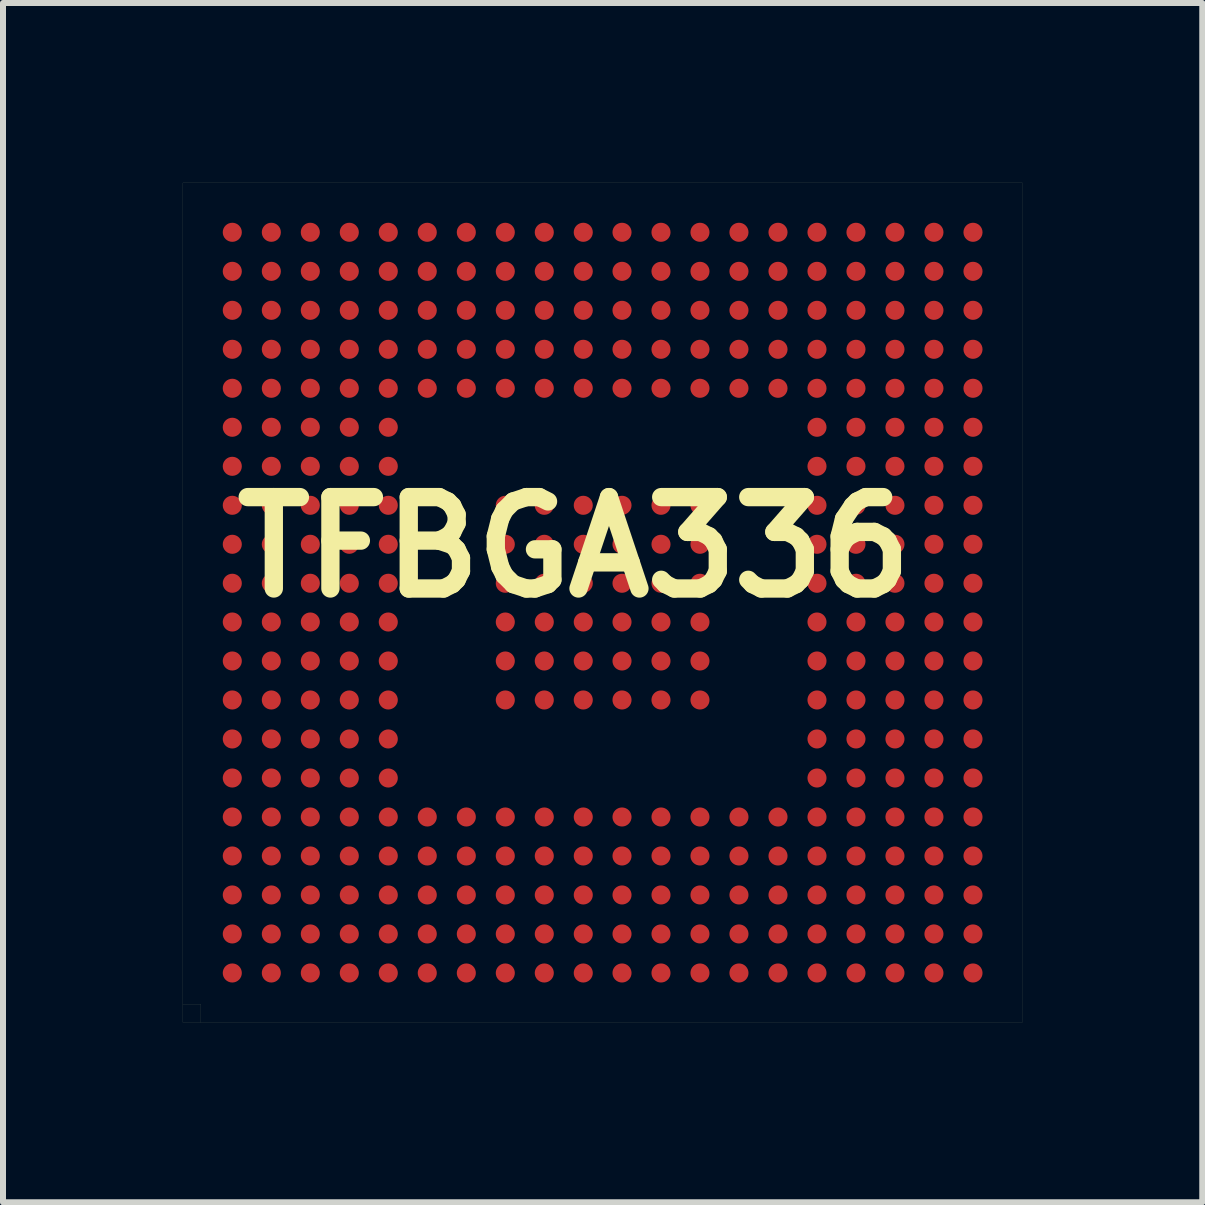
<source format=kicad_pcb>
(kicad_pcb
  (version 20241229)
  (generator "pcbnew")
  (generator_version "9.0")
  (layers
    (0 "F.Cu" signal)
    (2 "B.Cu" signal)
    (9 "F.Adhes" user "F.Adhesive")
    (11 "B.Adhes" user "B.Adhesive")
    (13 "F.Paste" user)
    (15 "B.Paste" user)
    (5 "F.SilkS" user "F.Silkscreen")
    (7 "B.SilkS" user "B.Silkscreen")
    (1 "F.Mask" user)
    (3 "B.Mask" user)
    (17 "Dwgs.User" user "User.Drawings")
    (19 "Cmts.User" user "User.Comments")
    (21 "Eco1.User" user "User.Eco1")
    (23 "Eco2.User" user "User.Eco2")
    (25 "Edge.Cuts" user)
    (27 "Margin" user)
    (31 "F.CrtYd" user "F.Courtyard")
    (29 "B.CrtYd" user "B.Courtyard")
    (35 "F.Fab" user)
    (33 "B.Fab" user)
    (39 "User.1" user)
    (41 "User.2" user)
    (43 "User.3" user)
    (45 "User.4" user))
  (footprint "TFBGA336"
    (layer "F.Cu")
    (at 6.998 6.998)
    (property "Reference" "TFBGA336" (at -0.475 -0.925 0) (layer "F.SilkS") (effects (font (size 1.524 1.524) (thickness 0.305))))
    (attr smd)
    (fp_line (start -6.998 -6.998) (end -6.998 6.998) (stroke (width 0.001) (type solid)) (layer "F.SilkS"))
    (fp_line (start -6.998 -6.998) (end 6.998 -6.998) (stroke (width 0.001) (type solid)) (layer "F.SilkS"))
    (fp_line (start -6.998 6.698) (end -6.698 6.698) (stroke (width 0.001) (type solid)) (layer "F.SilkS"))
    (fp_line (start -6.998 6.998) (end 6.998 6.998) (stroke (width 0.001) (type solid)) (layer "F.SilkS"))
    (fp_line (start -6.698 6.698) (end -6.698 6.998) (stroke (width 0.001) (type solid)) (layer "F.SilkS"))
    (fp_line (start 6.998 -6.998) (end 6.998 6.998) (stroke (width 0.001) (type solid)) (layer "F.SilkS"))
    (pad "A1" smd oval (at -6.175 6.175) (size 0.318 0.318) (layers "F.Cu" "F.Mask" "F.Paste"))
    (pad "A2" smd oval (at -6.175 5.524) (size 0.318 0.318) (layers "F.Cu" "F.Mask" "F.Paste"))
    (pad "A3" smd oval (at -6.175 4.874) (size 0.318 0.318) (layers "F.Cu" "F.Mask" "F.Paste"))
    (pad "A4" smd oval (at -6.175 4.224) (size 0.318 0.318) (layers "F.Cu" "F.Mask" "F.Paste"))
    (pad "A5" smd oval (at -6.175 3.574) (size 0.318 0.318) (layers "F.Cu" "F.Mask" "F.Paste"))
    (pad "A6" smd oval (at -6.175 2.924) (size 0.318 0.318) (layers "F.Cu" "F.Mask" "F.Paste"))
    (pad "A7" smd oval (at -6.175 2.273) (size 0.318 0.318) (layers "F.Cu" "F.Mask" "F.Paste"))
    (pad "A8" smd oval (at -6.175 1.623) (size 0.318 0.318) (layers "F.Cu" "F.Mask" "F.Paste"))
    (pad "A9" smd oval (at -6.175 0.973) (size 0.318 0.318) (layers "F.Cu" "F.Mask" "F.Paste"))
    (pad "A10" smd oval (at -6.175 0.323) (size 0.318 0.318) (layers "F.Cu" "F.Mask" "F.Paste"))
    (pad "A11" smd oval (at -6.175 -0.323) (size 0.318 0.318) (layers "F.Cu" "F.Mask" "F.Paste"))
    (pad "A12" smd oval (at -6.175 -0.973) (size 0.318 0.318) (layers "F.Cu" "F.Mask" "F.Paste"))
    (pad "A13" smd oval (at -6.175 -1.623) (size 0.318 0.318) (layers "F.Cu" "F.Mask" "F.Paste"))
    (pad "A14" smd oval (at -6.175 -2.273) (size 0.318 0.318) (layers "F.Cu" "F.Mask" "F.Paste"))
    (pad "A15" smd oval (at -6.175 -2.924) (size 0.318 0.318) (layers "F.Cu" "F.Mask" "F.Paste"))
    (pad "A16" smd oval (at -6.175 -3.574) (size 0.318 0.318) (layers "F.Cu" "F.Mask" "F.Paste"))
    (pad "A17" smd oval (at -6.175 -4.224) (size 0.318 0.318) (layers "F.Cu" "F.Mask" "F.Paste"))
    (pad "A18" smd oval (at -6.175 -4.874) (size 0.318 0.318) (layers "F.Cu" "F.Mask" "F.Paste"))
    (pad "A19" smd oval (at -6.175 -5.524) (size 0.318 0.318) (layers "F.Cu" "F.Mask" "F.Paste"))
    (pad "A20" smd oval (at -6.175 -6.175) (size 0.318 0.318) (layers "F.Cu" "F.Mask" "F.Paste"))
    (pad "B1" smd oval (at -5.524 6.175) (size 0.318 0.318) (layers "F.Cu" "F.Mask" "F.Paste"))
    (pad "B2" smd oval (at -5.524 5.524) (size 0.318 0.318) (layers "F.Cu" "F.Mask" "F.Paste"))
    (pad "B3" smd oval (at -5.524 4.874) (size 0.318 0.318) (layers "F.Cu" "F.Mask" "F.Paste"))
    (pad "B4" smd oval (at -5.524 4.224) (size 0.318 0.318) (layers "F.Cu" "F.Mask" "F.Paste"))
    (pad "B5" smd oval (at -5.524 3.574) (size 0.318 0.318) (layers "F.Cu" "F.Mask" "F.Paste"))
    (pad "B6" smd oval (at -5.524 2.924) (size 0.318 0.318) (layers "F.Cu" "F.Mask" "F.Paste"))
    (pad "B7" smd oval (at -5.524 2.273) (size 0.318 0.318) (layers "F.Cu" "F.Mask" "F.Paste"))
    (pad "B8" smd oval (at -5.524 1.623) (size 0.318 0.318) (layers "F.Cu" "F.Mask" "F.Paste"))
    (pad "B9" smd oval (at -5.524 0.973) (size 0.318 0.318) (layers "F.Cu" "F.Mask" "F.Paste"))
    (pad "B10" smd oval (at -5.524 0.323) (size 0.318 0.318) (layers "F.Cu" "F.Mask" "F.Paste"))
    (pad "B11" smd oval (at -5.524 -0.323) (size 0.318 0.318) (layers "F.Cu" "F.Mask" "F.Paste"))
    (pad "B12" smd oval (at -5.524 -0.973) (size 0.318 0.318) (layers "F.Cu" "F.Mask" "F.Paste"))
    (pad "B13" smd oval (at -5.524 -1.623) (size 0.318 0.318) (layers "F.Cu" "F.Mask" "F.Paste"))
    (pad "B14" smd oval (at -5.524 -2.273) (size 0.318 0.318) (layers "F.Cu" "F.Mask" "F.Paste"))
    (pad "B15" smd oval (at -5.524 -2.924) (size 0.318 0.318) (layers "F.Cu" "F.Mask" "F.Paste"))
    (pad "B16" smd oval (at -5.524 -3.574) (size 0.318 0.318) (layers "F.Cu" "F.Mask" "F.Paste"))
    (pad "B17" smd oval (at -5.524 -4.224) (size 0.318 0.318) (layers "F.Cu" "F.Mask" "F.Paste"))
    (pad "B18" smd oval (at -5.524 -4.874) (size 0.318 0.318) (layers "F.Cu" "F.Mask" "F.Paste"))
    (pad "B19" smd oval (at -5.524 -5.524) (size 0.318 0.318) (layers "F.Cu" "F.Mask" "F.Paste"))
    (pad "B20" smd oval (at -5.524 -6.175) (size 0.318 0.318) (layers "F.Cu" "F.Mask" "F.Paste"))
    (pad "C1" smd oval (at -4.874 6.175) (size 0.318 0.318) (layers "F.Cu" "F.Mask" "F.Paste"))
    (pad "C2" smd oval (at -4.874 5.524) (size 0.318 0.318) (layers "F.Cu" "F.Mask" "F.Paste"))
    (pad "C3" smd oval (at -4.874 4.874) (size 0.318 0.318) (layers "F.Cu" "F.Mask" "F.Paste"))
    (pad "C4" smd oval (at -4.874 4.224) (size 0.318 0.318) (layers "F.Cu" "F.Mask" "F.Paste"))
    (pad "C5" smd oval (at -4.874 3.574) (size 0.318 0.318) (layers "F.Cu" "F.Mask" "F.Paste"))
    (pad "C6" smd oval (at -4.874 2.924) (size 0.318 0.318) (layers "F.Cu" "F.Mask" "F.Paste"))
    (pad "C7" smd oval (at -4.874 2.273) (size 0.318 0.318) (layers "F.Cu" "F.Mask" "F.Paste"))
    (pad "C8" smd oval (at -4.874 1.623) (size 0.318 0.318) (layers "F.Cu" "F.Mask" "F.Paste"))
    (pad "C9" smd oval (at -4.874 0.973) (size 0.318 0.318) (layers "F.Cu" "F.Mask" "F.Paste"))
    (pad "C10" smd oval (at -4.874 0.323) (size 0.318 0.318) (layers "F.Cu" "F.Mask" "F.Paste"))
    (pad "C11" smd oval (at -4.874 -0.323) (size 0.318 0.318) (layers "F.Cu" "F.Mask" "F.Paste"))
    (pad "C12" smd oval (at -4.874 -0.973) (size 0.318 0.318) (layers "F.Cu" "F.Mask" "F.Paste"))
    (pad "C13" smd oval (at -4.874 -1.623) (size 0.318 0.318) (layers "F.Cu" "F.Mask" "F.Paste"))
    (pad "C14" smd oval (at -4.874 -2.273) (size 0.318 0.318) (layers "F.Cu" "F.Mask" "F.Paste"))
    (pad "C15" smd oval (at -4.874 -2.924) (size 0.318 0.318) (layers "F.Cu" "F.Mask" "F.Paste"))
    (pad "C16" smd oval (at -4.874 -3.574) (size 0.318 0.318) (layers "F.Cu" "F.Mask" "F.Paste"))
    (pad "C17" smd oval (at -4.874 -4.224) (size 0.318 0.318) (layers "F.Cu" "F.Mask" "F.Paste"))
    (pad "C18" smd oval (at -4.874 -4.874) (size 0.318 0.318) (layers "F.Cu" "F.Mask" "F.Paste"))
    (pad "C19" smd oval (at -4.874 -5.524) (size 0.318 0.318) (layers "F.Cu" "F.Mask" "F.Paste"))
    (pad "C20" smd oval (at -4.874 -6.175) (size 0.318 0.318) (layers "F.Cu" "F.Mask" "F.Paste"))
    (pad "D1" smd oval (at -4.224 6.175) (size 0.318 0.318) (layers "F.Cu" "F.Mask" "F.Paste"))
    (pad "D2" smd oval (at -4.224 5.524) (size 0.318 0.318) (layers "F.Cu" "F.Mask" "F.Paste"))
    (pad "D3" smd oval (at -4.224 4.874) (size 0.318 0.318) (layers "F.Cu" "F.Mask" "F.Paste"))
    (pad "D4" smd oval (at -4.224 4.224) (size 0.318 0.318) (layers "F.Cu" "F.Mask" "F.Paste"))
    (pad "D5" smd oval (at -4.224 3.574) (size 0.318 0.318) (layers "F.Cu" "F.Mask" "F.Paste"))
    (pad "D6" smd oval (at -4.224 2.924) (size 0.318 0.318) (layers "F.Cu" "F.Mask" "F.Paste"))
    (pad "D7" smd oval (at -4.224 2.273) (size 0.318 0.318) (layers "F.Cu" "F.Mask" "F.Paste"))
    (pad "D8" smd oval (at -4.224 1.623) (size 0.318 0.318) (layers "F.Cu" "F.Mask" "F.Paste"))
    (pad "D9" smd oval (at -4.224 0.973) (size 0.318 0.318) (layers "F.Cu" "F.Mask" "F.Paste"))
    (pad "D10" smd oval (at -4.224 0.323) (size 0.318 0.318) (layers "F.Cu" "F.Mask" "F.Paste"))
    (pad "D11" smd oval (at -4.224 -0.323) (size 0.318 0.318) (layers "F.Cu" "F.Mask" "F.Paste"))
    (pad "D12" smd oval (at -4.224 -0.973) (size 0.318 0.318) (layers "F.Cu" "F.Mask" "F.Paste"))
    (pad "D13" smd oval (at -4.224 -1.623) (size 0.318 0.318) (layers "F.Cu" "F.Mask" "F.Paste"))
    (pad "D14" smd oval (at -4.224 -2.273) (size 0.318 0.318) (layers "F.Cu" "F.Mask" "F.Paste"))
    (pad "D15" smd oval (at -4.224 -2.924) (size 0.318 0.318) (layers "F.Cu" "F.Mask" "F.Paste"))
    (pad "D16" smd oval (at -4.224 -3.574) (size 0.318 0.318) (layers "F.Cu" "F.Mask" "F.Paste"))
    (pad "D17" smd oval (at -4.224 -4.224) (size 0.318 0.318) (layers "F.Cu" "F.Mask" "F.Paste"))
    (pad "D18" smd oval (at -4.224 -4.874) (size 0.318 0.318) (layers "F.Cu" "F.Mask" "F.Paste"))
    (pad "D19" smd oval (at -4.224 -5.524) (size 0.318 0.318) (layers "F.Cu" "F.Mask" "F.Paste"))
    (pad "D20" smd oval (at -4.224 -6.175) (size 0.318 0.318) (layers "F.Cu" "F.Mask" "F.Paste"))
    (pad "E1" smd oval (at -3.574 6.175) (size 0.318 0.318) (layers "F.Cu" "F.Mask" "F.Paste"))
    (pad "E2" smd oval (at -3.574 5.524) (size 0.318 0.318) (layers "F.Cu" "F.Mask" "F.Paste"))
    (pad "E3" smd oval (at -3.574 4.874) (size 0.318 0.318) (layers "F.Cu" "F.Mask" "F.Paste"))
    (pad "E4" smd oval (at -3.574 4.224) (size 0.318 0.318) (layers "F.Cu" "F.Mask" "F.Paste"))
    (pad "E5" smd oval (at -3.574 3.574) (size 0.318 0.318) (layers "F.Cu" "F.Mask" "F.Paste"))
    (pad "E6" smd oval (at -3.574 2.924) (size 0.318 0.318) (layers "F.Cu" "F.Mask" "F.Paste"))
    (pad "E7" smd oval (at -3.574 2.273) (size 0.318 0.318) (layers "F.Cu" "F.Mask" "F.Paste"))
    (pad "E8" smd oval (at -3.574 1.623) (size 0.318 0.318) (layers "F.Cu" "F.Mask" "F.Paste"))
    (pad "E9" smd oval (at -3.574 0.973) (size 0.318 0.318) (layers "F.Cu" "F.Mask" "F.Paste"))
    (pad "E10" smd oval (at -3.574 0.323) (size 0.318 0.318) (layers "F.Cu" "F.Mask" "F.Paste"))
    (pad "E11" smd oval (at -3.574 -0.323) (size 0.318 0.318) (layers "F.Cu" "F.Mask" "F.Paste"))
    (pad "E12" smd oval (at -3.574 -0.973) (size 0.318 0.318) (layers "F.Cu" "F.Mask" "F.Paste"))
    (pad "E13" smd oval (at -3.574 -1.623) (size 0.318 0.318) (layers "F.Cu" "F.Mask" "F.Paste"))
    (pad "E14" smd oval (at -3.574 -2.273) (size 0.318 0.318) (layers "F.Cu" "F.Mask" "F.Paste"))
    (pad "E15" smd oval (at -3.574 -2.924) (size 0.318 0.318) (layers "F.Cu" "F.Mask" "F.Paste"))
    (pad "E16" smd oval (at -3.574 -3.574) (size 0.318 0.318) (layers "F.Cu" "F.Mask" "F.Paste"))
    (pad "E17" smd oval (at -3.574 -4.224) (size 0.318 0.318) (layers "F.Cu" "F.Mask" "F.Paste"))
    (pad "E18" smd oval (at -3.574 -4.874) (size 0.318 0.318) (layers "F.Cu" "F.Mask" "F.Paste"))
    (pad "E19" smd oval (at -3.574 -5.524) (size 0.318 0.318) (layers "F.Cu" "F.Mask" "F.Paste"))
    (pad "E20" smd oval (at -3.574 -6.175) (size 0.318 0.318) (layers "F.Cu" "F.Mask" "F.Paste"))
    (pad "F1" smd oval (at -2.924 6.175) (size 0.318 0.318) (layers "F.Cu" "F.Mask" "F.Paste"))
    (pad "F2" smd oval (at -2.924 5.524) (size 0.318 0.318) (layers "F.Cu" "F.Mask" "F.Paste"))
    (pad "F3" smd oval (at -2.924 4.874) (size 0.318 0.318) (layers "F.Cu" "F.Mask" "F.Paste"))
    (pad "F4" smd oval (at -2.924 4.224) (size 0.318 0.318) (layers "F.Cu" "F.Mask" "F.Paste"))
    (pad "F5" smd oval (at -2.924 3.574) (size 0.318 0.318) (layers "F.Cu" "F.Mask" "F.Paste"))
    (pad "F16" smd oval (at -2.924 -3.574) (size 0.318 0.318) (layers "F.Cu" "F.Mask" "F.Paste"))
    (pad "F17" smd oval (at -2.924 -4.224) (size 0.318 0.318) (layers "F.Cu" "F.Mask" "F.Paste"))
    (pad "F18" smd oval (at -2.924 -4.874) (size 0.318 0.318) (layers "F.Cu" "F.Mask" "F.Paste"))
    (pad "F19" smd oval (at -2.924 -5.524) (size 0.318 0.318) (layers "F.Cu" "F.Mask" "F.Paste"))
    (pad "F20" smd oval (at -2.924 -6.175) (size 0.318 0.318) (layers "F.Cu" "F.Mask" "F.Paste"))
    (pad "G1" smd oval (at -2.273 6.175) (size 0.318 0.318) (layers "F.Cu" "F.Mask" "F.Paste"))
    (pad "G2" smd oval (at -2.273 5.524) (size 0.318 0.318) (layers "F.Cu" "F.Mask" "F.Paste"))
    (pad "G3" smd oval (at -2.273 4.874) (size 0.318 0.318) (layers "F.Cu" "F.Mask" "F.Paste"))
    (pad "G4" smd oval (at -2.273 4.224) (size 0.318 0.318) (layers "F.Cu" "F.Mask" "F.Paste"))
    (pad "G5" smd oval (at -2.273 3.574) (size 0.318 0.318) (layers "F.Cu" "F.Mask" "F.Paste"))
    (pad "G16" smd oval (at -2.273 -3.574) (size 0.318 0.318) (layers "F.Cu" "F.Mask" "F.Paste"))
    (pad "G17" smd oval (at -2.273 -4.224) (size 0.318 0.318) (layers "F.Cu" "F.Mask" "F.Paste"))
    (pad "G18" smd oval (at -2.273 -4.874) (size 0.318 0.318) (layers "F.Cu" "F.Mask" "F.Paste"))
    (pad "G19" smd oval (at -2.273 -5.524) (size 0.318 0.318) (layers "F.Cu" "F.Mask" "F.Paste"))
    (pad "G20" smd oval (at -2.273 -6.175) (size 0.318 0.318) (layers "F.Cu" "F.Mask" "F.Paste"))
    (pad "H1" smd oval (at -1.623 6.175) (size 0.318 0.318) (layers "F.Cu" "F.Mask" "F.Paste"))
    (pad "H2" smd oval (at -1.623 5.524) (size 0.318 0.318) (layers "F.Cu" "F.Mask" "F.Paste"))
    (pad "H3" smd oval (at -1.623 4.874) (size 0.318 0.318) (layers "F.Cu" "F.Mask" "F.Paste"))
    (pad "H4" smd oval (at -1.623 4.224) (size 0.318 0.318) (layers "F.Cu" "F.Mask" "F.Paste"))
    (pad "H5" smd oval (at -1.623 3.574) (size 0.318 0.318) (layers "F.Cu" "F.Mask" "F.Paste"))
    (pad "H8" smd oval (at -1.623 1.623) (size 0.318 0.318) (layers "F.Cu" "F.Mask" "F.Paste"))
    (pad "H9" smd oval (at -1.623 0.973) (size 0.318 0.318) (layers "F.Cu" "F.Mask" "F.Paste"))
    (pad "H10" smd oval (at -1.623 0.323) (size 0.318 0.318) (layers "F.Cu" "F.Mask" "F.Paste"))
    (pad "H11" smd oval (at -1.623 -0.323) (size 0.318 0.318) (layers "F.Cu" "F.Mask" "F.Paste"))
    (pad "H12" smd oval (at -1.623 -0.973) (size 0.318 0.318) (layers "F.Cu" "F.Mask" "F.Paste"))
    (pad "H13" smd oval (at -1.623 -1.623) (size 0.318 0.318) (layers "F.Cu" "F.Mask" "F.Paste"))
    (pad "H16" smd oval (at -1.623 -3.574) (size 0.318 0.318) (layers "F.Cu" "F.Mask" "F.Paste"))
    (pad "H17" smd oval (at -1.623 -4.224) (size 0.318 0.318) (layers "F.Cu" "F.Mask" "F.Paste"))
    (pad "H18" smd oval (at -1.623 -4.874) (size 0.318 0.318) (layers "F.Cu" "F.Mask" "F.Paste"))
    (pad "H19" smd oval (at -1.623 -5.524) (size 0.318 0.318) (layers "F.Cu" "F.Mask" "F.Paste"))
    (pad "H20" smd oval (at -1.623 -6.175) (size 0.318 0.318) (layers "F.Cu" "F.Mask" "F.Paste"))
    (pad "J1" smd oval (at -0.973 6.175) (size 0.318 0.318) (layers "F.Cu" "F.Mask" "F.Paste"))
    (pad "J2" smd oval (at -0.973 5.524) (size 0.318 0.318) (layers "F.Cu" "F.Mask" "F.Paste"))
    (pad "J3" smd oval (at -0.973 4.874) (size 0.318 0.318) (layers "F.Cu" "F.Mask" "F.Paste"))
    (pad "J4" smd oval (at -0.973 4.224) (size 0.318 0.318) (layers "F.Cu" "F.Mask" "F.Paste"))
    (pad "J5" smd oval (at -0.973 3.574) (size 0.318 0.318) (layers "F.Cu" "F.Mask" "F.Paste"))
    (pad "J8" smd oval (at -0.973 1.623) (size 0.318 0.318) (layers "F.Cu" "F.Mask" "F.Paste"))
    (pad "J9" smd oval (at -0.973 0.973) (size 0.318 0.318) (layers "F.Cu" "F.Mask" "F.Paste"))
    (pad "J10" smd oval (at -0.973 0.323) (size 0.318 0.318) (layers "F.Cu" "F.Mask" "F.Paste"))
    (pad "J11" smd oval (at -0.973 -0.323) (size 0.318 0.318) (layers "F.Cu" "F.Mask" "F.Paste"))
    (pad "J12" smd oval (at -0.973 -0.973) (size 0.318 0.318) (layers "F.Cu" "F.Mask" "F.Paste"))
    (pad "J13" smd oval (at -0.973 -1.623) (size 0.318 0.318) (layers "F.Cu" "F.Mask" "F.Paste"))
    (pad "J16" smd oval (at -0.973 -3.574) (size 0.318 0.318) (layers "F.Cu" "F.Mask" "F.Paste"))
    (pad "J17" smd oval (at -0.973 -4.224) (size 0.318 0.318) (layers "F.Cu" "F.Mask" "F.Paste"))
    (pad "J18" smd oval (at -0.973 -4.874) (size 0.318 0.318) (layers "F.Cu" "F.Mask" "F.Paste"))
    (pad "J19" smd oval (at -0.973 -5.524) (size 0.318 0.318) (layers "F.Cu" "F.Mask" "F.Paste"))
    (pad "J20" smd oval (at -0.973 -6.175) (size 0.318 0.318) (layers "F.Cu" "F.Mask" "F.Paste"))
    (pad "K1" smd oval (at -0.323 6.175) (size 0.318 0.318) (layers "F.Cu" "F.Mask" "F.Paste"))
    (pad "K2" smd oval (at -0.323 5.524) (size 0.318 0.318) (layers "F.Cu" "F.Mask" "F.Paste"))
    (pad "K3" smd oval (at -0.323 4.874) (size 0.318 0.318) (layers "F.Cu" "F.Mask" "F.Paste"))
    (pad "K4" smd oval (at -0.323 4.224) (size 0.318 0.318) (layers "F.Cu" "F.Mask" "F.Paste"))
    (pad "K5" smd oval (at -0.323 3.574) (size 0.318 0.318) (layers "F.Cu" "F.Mask" "F.Paste"))
    (pad "K8" smd oval (at -0.323 1.623) (size 0.318 0.318) (layers "F.Cu" "F.Mask" "F.Paste"))
    (pad "K9" smd oval (at -0.323 0.973) (size 0.318 0.318) (layers "F.Cu" "F.Mask" "F.Paste"))
    (pad "K10" smd oval (at -0.323 0.323) (size 0.318 0.318) (layers "F.Cu" "F.Mask" "F.Paste"))
    (pad "K11" smd oval (at -0.323 -0.323) (size 0.318 0.318) (layers "F.Cu" "F.Mask" "F.Paste"))
    (pad "K12" smd oval (at -0.323 -0.973) (size 0.318 0.318) (layers "F.Cu" "F.Mask" "F.Paste"))
    (pad "K13" smd oval (at -0.323 -1.623) (size 0.318 0.318) (layers "F.Cu" "F.Mask" "F.Paste"))
    (pad "K16" smd oval (at -0.323 -3.574) (size 0.318 0.318) (layers "F.Cu" "F.Mask" "F.Paste"))
    (pad "K17" smd oval (at -0.323 -4.224) (size 0.318 0.318) (layers "F.Cu" "F.Mask" "F.Paste"))
    (pad "K18" smd oval (at -0.323 -4.874) (size 0.318 0.318) (layers "F.Cu" "F.Mask" "F.Paste"))
    (pad "K19" smd oval (at -0.323 -5.524) (size 0.318 0.318) (layers "F.Cu" "F.Mask" "F.Paste"))
    (pad "K20" smd oval (at -0.323 -6.175) (size 0.318 0.318) (layers "F.Cu" "F.Mask" "F.Paste"))
    (pad "L1" smd oval (at 0.323 6.175) (size 0.318 0.318) (layers "F.Cu" "F.Mask" "F.Paste"))
    (pad "L2" smd oval (at 0.323 5.524) (size 0.318 0.318) (layers "F.Cu" "F.Mask" "F.Paste"))
    (pad "L3" smd oval (at 0.323 4.874) (size 0.318 0.318) (layers "F.Cu" "F.Mask" "F.Paste"))
    (pad "L4" smd oval (at 0.323 4.224) (size 0.318 0.318) (layers "F.Cu" "F.Mask" "F.Paste"))
    (pad "L5" smd oval (at 0.323 3.574) (size 0.318 0.318) (layers "F.Cu" "F.Mask" "F.Paste"))
    (pad "L8" smd oval (at 0.323 1.623) (size 0.318 0.318) (layers "F.Cu" "F.Mask" "F.Paste"))
    (pad "L9" smd oval (at 0.323 0.973) (size 0.318 0.318) (layers "F.Cu" "F.Mask" "F.Paste"))
    (pad "L10" smd oval (at 0.323 0.323) (size 0.318 0.318) (layers "F.Cu" "F.Mask" "F.Paste"))
    (pad "L11" smd oval (at 0.323 -0.323) (size 0.318 0.318) (layers "F.Cu" "F.Mask" "F.Paste"))
    (pad "L12" smd oval (at 0.323 -0.973) (size 0.318 0.318) (layers "F.Cu" "F.Mask" "F.Paste"))
    (pad "L13" smd oval (at 0.323 -1.623) (size 0.318 0.318) (layers "F.Cu" "F.Mask" "F.Paste"))
    (pad "L16" smd oval (at 0.323 -3.574) (size 0.318 0.318) (layers "F.Cu" "F.Mask" "F.Paste"))
    (pad "L17" smd oval (at 0.323 -4.224) (size 0.318 0.318) (layers "F.Cu" "F.Mask" "F.Paste"))
    (pad "L18" smd oval (at 0.323 -4.874) (size 0.318 0.318) (layers "F.Cu" "F.Mask" "F.Paste"))
    (pad "L19" smd oval (at 0.323 -5.524) (size 0.318 0.318) (layers "F.Cu" "F.Mask" "F.Paste"))
    (pad "L20" smd oval (at 0.323 -6.175) (size 0.318 0.318) (layers "F.Cu" "F.Mask" "F.Paste"))
    (pad "M1" smd oval (at 0.973 6.175) (size 0.318 0.318) (layers "F.Cu" "F.Mask" "F.Paste"))
    (pad "M2" smd oval (at 0.973 5.524) (size 0.318 0.318) (layers "F.Cu" "F.Mask" "F.Paste"))
    (pad "M3" smd oval (at 0.973 4.874) (size 0.318 0.318) (layers "F.Cu" "F.Mask" "F.Paste"))
    (pad "M4" smd oval (at 0.973 4.224) (size 0.318 0.318) (layers "F.Cu" "F.Mask" "F.Paste"))
    (pad "M5" smd oval (at 0.973 3.574) (size 0.318 0.318) (layers "F.Cu" "F.Mask" "F.Paste"))
    (pad "M8" smd oval (at 0.973 1.623) (size 0.318 0.318) (layers "F.Cu" "F.Mask" "F.Paste"))
    (pad "M9" smd oval (at 0.973 0.973) (size 0.318 0.318) (layers "F.Cu" "F.Mask" "F.Paste"))
    (pad "M10" smd oval (at 0.973 0.323) (size 0.318 0.318) (layers "F.Cu" "F.Mask" "F.Paste"))
    (pad "M11" smd oval (at 0.973 -0.323) (size 0.318 0.318) (layers "F.Cu" "F.Mask" "F.Paste"))
    (pad "M12" smd oval (at 0.973 -0.973) (size 0.318 0.318) (layers "F.Cu" "F.Mask" "F.Paste"))
    (pad "M13" smd oval (at 0.973 -1.623) (size 0.318 0.318) (layers "F.Cu" "F.Mask" "F.Paste"))
    (pad "M16" smd oval (at 0.973 -3.574) (size 0.318 0.318) (layers "F.Cu" "F.Mask" "F.Paste"))
    (pad "M17" smd oval (at 0.973 -4.224) (size 0.318 0.318) (layers "F.Cu" "F.Mask" "F.Paste"))
    (pad "M18" smd oval (at 0.973 -4.874) (size 0.318 0.318) (layers "F.Cu" "F.Mask" "F.Paste"))
    (pad "M19" smd oval (at 0.973 -5.524) (size 0.318 0.318) (layers "F.Cu" "F.Mask" "F.Paste"))
    (pad "M20" smd oval (at 0.973 -6.175) (size 0.318 0.318) (layers "F.Cu" "F.Mask" "F.Paste"))
    (pad "N1" smd oval (at 1.623 6.175) (size 0.318 0.318) (layers "F.Cu" "F.Mask" "F.Paste"))
    (pad "N2" smd oval (at 1.623 5.524) (size 0.318 0.318) (layers "F.Cu" "F.Mask" "F.Paste"))
    (pad "N3" smd oval (at 1.623 4.874) (size 0.318 0.318) (layers "F.Cu" "F.Mask" "F.Paste"))
    (pad "N4" smd oval (at 1.623 4.224) (size 0.318 0.318) (layers "F.Cu" "F.Mask" "F.Paste"))
    (pad "N5" smd oval (at 1.623 3.574) (size 0.318 0.318) (layers "F.Cu" "F.Mask" "F.Paste"))
    (pad "N8" smd oval (at 1.623 1.623) (size 0.318 0.318) (layers "F.Cu" "F.Mask" "F.Paste"))
    (pad "N9" smd oval (at 1.623 0.973) (size 0.318 0.318) (layers "F.Cu" "F.Mask" "F.Paste"))
    (pad "N10" smd oval (at 1.623 0.323) (size 0.318 0.318) (layers "F.Cu" "F.Mask" "F.Paste"))
    (pad "N11" smd oval (at 1.623 -0.323) (size 0.318 0.318) (layers "F.Cu" "F.Mask" "F.Paste"))
    (pad "N12" smd oval (at 1.623 -0.973) (size 0.318 0.318) (layers "F.Cu" "F.Mask" "F.Paste"))
    (pad "N13" smd oval (at 1.623 -1.623) (size 0.318 0.318) (layers "F.Cu" "F.Mask" "F.Paste"))
    (pad "N16" smd oval (at 1.623 -3.574) (size 0.318 0.318) (layers "F.Cu" "F.Mask" "F.Paste"))
    (pad "N17" smd oval (at 1.623 -4.224) (size 0.318 0.318) (layers "F.Cu" "F.Mask" "F.Paste"))
    (pad "N18" smd oval (at 1.623 -4.874) (size 0.318 0.318) (layers "F.Cu" "F.Mask" "F.Paste"))
    (pad "N19" smd oval (at 1.623 -5.524) (size 0.318 0.318) (layers "F.Cu" "F.Mask" "F.Paste"))
    (pad "N20" smd oval (at 1.623 -6.175) (size 0.318 0.318) (layers "F.Cu" "F.Mask" "F.Paste"))
    (pad "P1" smd oval (at 2.273 6.175) (size 0.318 0.318) (layers "F.Cu" "F.Mask" "F.Paste"))
    (pad "P2" smd oval (at 2.273 5.524) (size 0.318 0.318) (layers "F.Cu" "F.Mask" "F.Paste"))
    (pad "P3" smd oval (at 2.273 4.874) (size 0.318 0.318) (layers "F.Cu" "F.Mask" "F.Paste"))
    (pad "P4" smd oval (at 2.273 4.224) (size 0.318 0.318) (layers "F.Cu" "F.Mask" "F.Paste"))
    (pad "P5" smd oval (at 2.273 3.574) (size 0.318 0.318) (layers "F.Cu" "F.Mask" "F.Paste"))
    (pad "P16" smd oval (at 2.273 -3.574) (size 0.318 0.318) (layers "F.Cu" "F.Mask" "F.Paste"))
    (pad "P17" smd oval (at 2.273 -4.224) (size 0.318 0.318) (layers "F.Cu" "F.Mask" "F.Paste"))
    (pad "P18" smd oval (at 2.273 -4.874) (size 0.318 0.318) (layers "F.Cu" "F.Mask" "F.Paste"))
    (pad "P19" smd oval (at 2.273 -5.524) (size 0.318 0.318) (layers "F.Cu" "F.Mask" "F.Paste"))
    (pad "P20" smd oval (at 2.273 -6.175) (size 0.318 0.318) (layers "F.Cu" "F.Mask" "F.Paste"))
    (pad "R1" smd oval (at 2.924 6.175) (size 0.318 0.318) (layers "F.Cu" "F.Mask" "F.Paste"))
    (pad "R2" smd oval (at 2.924 5.524) (size 0.318 0.318) (layers "F.Cu" "F.Mask" "F.Paste"))
    (pad "R3" smd oval (at 2.924 4.874) (size 0.318 0.318) (layers "F.Cu" "F.Mask" "F.Paste"))
    (pad "R4" smd oval (at 2.924 4.224) (size 0.318 0.318) (layers "F.Cu" "F.Mask" "F.Paste"))
    (pad "R5" smd oval (at 2.924 3.574) (size 0.318 0.318) (layers "F.Cu" "F.Mask" "F.Paste"))
    (pad "R16" smd oval (at 2.924 -3.574) (size 0.318 0.318) (layers "F.Cu" "F.Mask" "F.Paste"))
    (pad "R17" smd oval (at 2.924 -4.224) (size 0.318 0.318) (layers "F.Cu" "F.Mask" "F.Paste"))
    (pad "R18" smd oval (at 2.924 -4.874) (size 0.318 0.318) (layers "F.Cu" "F.Mask" "F.Paste"))
    (pad "R19" smd oval (at 2.924 -5.524) (size 0.318 0.318) (layers "F.Cu" "F.Mask" "F.Paste"))
    (pad "R20" smd oval (at 2.924 -6.175) (size 0.318 0.318) (layers "F.Cu" "F.Mask" "F.Paste"))
    (pad "T1" smd oval (at 3.574 6.175) (size 0.318 0.318) (layers "F.Cu" "F.Mask" "F.Paste"))
    (pad "T2" smd oval (at 3.574 5.524) (size 0.318 0.318) (layers "F.Cu" "F.Mask" "F.Paste"))
    (pad "T3" smd oval (at 3.574 4.874) (size 0.318 0.318) (layers "F.Cu" "F.Mask" "F.Paste"))
    (pad "T4" smd oval (at 3.574 4.224) (size 0.318 0.318) (layers "F.Cu" "F.Mask" "F.Paste"))
    (pad "T5" smd oval (at 3.574 3.574) (size 0.318 0.318) (layers "F.Cu" "F.Mask" "F.Paste"))
    (pad "T6" smd oval (at 3.574 2.924) (size 0.318 0.318) (layers "F.Cu" "F.Mask" "F.Paste"))
    (pad "T7" smd oval (at 3.574 2.273) (size 0.318 0.318) (layers "F.Cu" "F.Mask" "F.Paste"))
    (pad "T8" smd oval (at 3.574 1.623) (size 0.318 0.318) (layers "F.Cu" "F.Mask" "F.Paste"))
    (pad "T9" smd oval (at 3.574 0.973) (size 0.318 0.318) (layers "F.Cu" "F.Mask" "F.Paste"))
    (pad "T10" smd oval (at 3.574 0.323) (size 0.318 0.318) (layers "F.Cu" "F.Mask" "F.Paste"))
    (pad "T11" smd oval (at 3.574 -0.323) (size 0.318 0.318) (layers "F.Cu" "F.Mask" "F.Paste"))
    (pad "T12" smd oval (at 3.574 -0.973) (size 0.318 0.318) (layers "F.Cu" "F.Mask" "F.Paste"))
    (pad "T13" smd oval (at 3.574 -1.623) (size 0.318 0.318) (layers "F.Cu" "F.Mask" "F.Paste"))
    (pad "T14" smd oval (at 3.574 -2.273) (size 0.318 0.318) (layers "F.Cu" "F.Mask" "F.Paste"))
    (pad "T15" smd oval (at 3.574 -2.924) (size 0.318 0.318) (layers "F.Cu" "F.Mask" "F.Paste"))
    (pad "T16" smd oval (at 3.574 -3.574) (size 0.318 0.318) (layers "F.Cu" "F.Mask" "F.Paste"))
    (pad "T17" smd oval (at 3.574 -4.224) (size 0.318 0.318) (layers "F.Cu" "F.Mask" "F.Paste"))
    (pad "T18" smd oval (at 3.574 -4.874) (size 0.318 0.318) (layers "F.Cu" "F.Mask" "F.Paste"))
    (pad "T19" smd oval (at 3.574 -5.524) (size 0.318 0.318) (layers "F.Cu" "F.Mask" "F.Paste"))
    (pad "T20" smd oval (at 3.574 -6.175) (size 0.318 0.318) (layers "F.Cu" "F.Mask" "F.Paste"))
    (pad "U1" smd oval (at 4.224 6.175) (size 0.318 0.318) (layers "F.Cu" "F.Mask" "F.Paste"))
    (pad "U2" smd oval (at 4.224 5.524) (size 0.318 0.318) (layers "F.Cu" "F.Mask" "F.Paste"))
    (pad "U3" smd oval (at 4.224 4.874) (size 0.318 0.318) (layers "F.Cu" "F.Mask" "F.Paste"))
    (pad "U4" smd oval (at 4.224 4.224) (size 0.318 0.318) (layers "F.Cu" "F.Mask" "F.Paste"))
    (pad "U5" smd oval (at 4.224 3.574) (size 0.318 0.318) (layers "F.Cu" "F.Mask" "F.Paste"))
    (pad "U6" smd oval (at 4.224 2.924) (size 0.318 0.318) (layers "F.Cu" "F.Mask" "F.Paste"))
    (pad "U7" smd oval (at 4.224 2.273) (size 0.318 0.318) (layers "F.Cu" "F.Mask" "F.Paste"))
    (pad "U8" smd oval (at 4.224 1.623) (size 0.318 0.318) (layers "F.Cu" "F.Mask" "F.Paste"))
    (pad "U9" smd oval (at 4.224 0.973) (size 0.318 0.318) (layers "F.Cu" "F.Mask" "F.Paste"))
    (pad "U10" smd oval (at 4.224 0.323) (size 0.318 0.318) (layers "F.Cu" "F.Mask" "F.Paste"))
    (pad "U11" smd oval (at 4.224 -0.323) (size 0.318 0.318) (layers "F.Cu" "F.Mask" "F.Paste"))
    (pad "U12" smd oval (at 4.224 -0.973) (size 0.318 0.318) (layers "F.Cu" "F.Mask" "F.Paste"))
    (pad "U13" smd oval (at 4.224 -1.623) (size 0.318 0.318) (layers "F.Cu" "F.Mask" "F.Paste"))
    (pad "U14" smd oval (at 4.224 -2.273) (size 0.318 0.318) (layers "F.Cu" "F.Mask" "F.Paste"))
    (pad "U15" smd oval (at 4.224 -2.924) (size 0.318 0.318) (layers "F.Cu" "F.Mask" "F.Paste"))
    (pad "U16" smd oval (at 4.224 -3.574) (size 0.318 0.318) (layers "F.Cu" "F.Mask" "F.Paste"))
    (pad "U17" smd oval (at 4.224 -4.224) (size 0.318 0.318) (layers "F.Cu" "F.Mask" "F.Paste"))
    (pad "U18" smd oval (at 4.224 -4.874) (size 0.318 0.318) (layers "F.Cu" "F.Mask" "F.Paste"))
    (pad "U19" smd oval (at 4.224 -5.524) (size 0.318 0.318) (layers "F.Cu" "F.Mask" "F.Paste"))
    (pad "U20" smd oval (at 4.224 -6.175) (size 0.318 0.318) (layers "F.Cu" "F.Mask" "F.Paste"))
    (pad "V1" smd oval (at 4.874 6.175) (size 0.318 0.318) (layers "F.Cu" "F.Mask" "F.Paste"))
    (pad "V2" smd oval (at 4.874 5.524) (size 0.318 0.318) (layers "F.Cu" "F.Mask" "F.Paste"))
    (pad "V3" smd oval (at 4.874 4.874) (size 0.318 0.318) (layers "F.Cu" "F.Mask" "F.Paste"))
    (pad "V4" smd oval (at 4.874 4.224) (size 0.318 0.318) (layers "F.Cu" "F.Mask" "F.Paste"))
    (pad "V5" smd oval (at 4.874 3.574) (size 0.318 0.318) (layers "F.Cu" "F.Mask" "F.Paste"))
    (pad "V6" smd oval (at 4.874 2.924) (size 0.318 0.318) (layers "F.Cu" "F.Mask" "F.Paste"))
    (pad "V7" smd oval (at 4.874 2.273) (size 0.318 0.318) (layers "F.Cu" "F.Mask" "F.Paste"))
    (pad "V8" smd oval (at 4.874 1.623) (size 0.318 0.318) (layers "F.Cu" "F.Mask" "F.Paste"))
    (pad "V9" smd oval (at 4.874 0.973) (size 0.318 0.318) (layers "F.Cu" "F.Mask" "F.Paste"))
    (pad "V10" smd oval (at 4.874 0.323) (size 0.318 0.318) (layers "F.Cu" "F.Mask" "F.Paste"))
    (pad "V11" smd oval (at 4.874 -0.323) (size 0.318 0.318) (layers "F.Cu" "F.Mask" "F.Paste"))
    (pad "V12" smd oval (at 4.874 -0.973) (size 0.318 0.318) (layers "F.Cu" "F.Mask" "F.Paste"))
    (pad "V13" smd oval (at 4.874 -1.623) (size 0.318 0.318) (layers "F.Cu" "F.Mask" "F.Paste"))
    (pad "V14" smd oval (at 4.874 -2.273) (size 0.318 0.318) (layers "F.Cu" "F.Mask" "F.Paste"))
    (pad "V15" smd oval (at 4.874 -2.924) (size 0.318 0.318) (layers "F.Cu" "F.Mask" "F.Paste"))
    (pad "V16" smd oval (at 4.874 -3.574) (size 0.318 0.318) (layers "F.Cu" "F.Mask" "F.Paste"))
    (pad "V17" smd oval (at 4.874 -4.224) (size 0.318 0.318) (layers "F.Cu" "F.Mask" "F.Paste"))
    (pad "V18" smd oval (at 4.874 -4.874) (size 0.318 0.318) (layers "F.Cu" "F.Mask" "F.Paste"))
    (pad "V19" smd oval (at 4.874 -5.524) (size 0.318 0.318) (layers "F.Cu" "F.Mask" "F.Paste"))
    (pad "V20" smd oval (at 4.874 -6.175) (size 0.318 0.318) (layers "F.Cu" "F.Mask" "F.Paste"))
    (pad "W1" smd oval (at 5.524 6.175) (size 0.318 0.318) (layers "F.Cu" "F.Mask" "F.Paste"))
    (pad "W2" smd oval (at 5.524 5.524) (size 0.318 0.318) (layers "F.Cu" "F.Mask" "F.Paste"))
    (pad "W3" smd oval (at 5.524 4.874) (size 0.318 0.318) (layers "F.Cu" "F.Mask" "F.Paste"))
    (pad "W4" smd oval (at 5.524 4.224) (size 0.318 0.318) (layers "F.Cu" "F.Mask" "F.Paste"))
    (pad "W5" smd oval (at 5.524 3.574) (size 0.318 0.318) (layers "F.Cu" "F.Mask" "F.Paste"))
    (pad "W6" smd oval (at 5.524 2.924) (size 0.318 0.318) (layers "F.Cu" "F.Mask" "F.Paste"))
    (pad "W7" smd oval (at 5.524 2.273) (size 0.318 0.318) (layers "F.Cu" "F.Mask" "F.Paste"))
    (pad "W8" smd oval (at 5.524 1.623) (size 0.318 0.318) (layers "F.Cu" "F.Mask" "F.Paste"))
    (pad "W9" smd oval (at 5.524 0.973) (size 0.318 0.318) (layers "F.Cu" "F.Mask" "F.Paste"))
    (pad "W10" smd oval (at 5.524 0.323) (size 0.318 0.318) (layers "F.Cu" "F.Mask" "F.Paste"))
    (pad "W11" smd oval (at 5.524 -0.323) (size 0.318 0.318) (layers "F.Cu" "F.Mask" "F.Paste"))
    (pad "W12" smd oval (at 5.524 -0.973) (size 0.318 0.318) (layers "F.Cu" "F.Mask" "F.Paste"))
    (pad "W13" smd oval (at 5.524 -1.623) (size 0.318 0.318) (layers "F.Cu" "F.Mask" "F.Paste"))
    (pad "W14" smd oval (at 5.524 -2.273) (size 0.318 0.318) (layers "F.Cu" "F.Mask" "F.Paste"))
    (pad "W15" smd oval (at 5.524 -2.924) (size 0.318 0.318) (layers "F.Cu" "F.Mask" "F.Paste"))
    (pad "W16" smd oval (at 5.524 -3.574) (size 0.318 0.318) (layers "F.Cu" "F.Mask" "F.Paste"))
    (pad "W17" smd oval (at 5.524 -4.224) (size 0.318 0.318) (layers "F.Cu" "F.Mask" "F.Paste"))
    (pad "W18" smd oval (at 5.524 -4.874) (size 0.318 0.318) (layers "F.Cu" "F.Mask" "F.Paste"))
    (pad "W19" smd oval (at 5.524 -5.524) (size 0.318 0.318) (layers "F.Cu" "F.Mask" "F.Paste"))
    (pad "W20" smd oval (at 5.524 -6.175) (size 0.318 0.318) (layers "F.Cu" "F.Mask" "F.Paste"))
    (pad "Y1" smd oval (at 6.175 6.175) (size 0.318 0.318) (layers "F.Cu" "F.Mask" "F.Paste"))
    (pad "Y2" smd oval (at 6.175 5.524) (size 0.318 0.318) (layers "F.Cu" "F.Mask" "F.Paste"))
    (pad "Y3" smd oval (at 6.175 4.874) (size 0.318 0.318) (layers "F.Cu" "F.Mask" "F.Paste"))
    (pad "Y4" smd oval (at 6.175 4.224) (size 0.318 0.318) (layers "F.Cu" "F.Mask" "F.Paste"))
    (pad "Y5" smd oval (at 6.175 3.574) (size 0.318 0.318) (layers "F.Cu" "F.Mask" "F.Paste"))
    (pad "Y6" smd oval (at 6.175 2.924) (size 0.318 0.318) (layers "F.Cu" "F.Mask" "F.Paste"))
    (pad "Y7" smd oval (at 6.175 2.273) (size 0.318 0.318) (layers "F.Cu" "F.Mask" "F.Paste"))
    (pad "Y8" smd oval (at 6.175 1.623) (size 0.318 0.318) (layers "F.Cu" "F.Mask" "F.Paste"))
    (pad "Y9" smd oval (at 6.175 0.973) (size 0.318 0.318) (layers "F.Cu" "F.Mask" "F.Paste"))
    (pad "Y10" smd oval (at 6.175 0.323) (size 0.318 0.318) (layers "F.Cu" "F.Mask" "F.Paste"))
    (pad "Y11" smd oval (at 6.175 -0.323) (size 0.318 0.318) (layers "F.Cu" "F.Mask" "F.Paste"))
    (pad "Y12" smd oval (at 6.175 -0.973) (size 0.318 0.318) (layers "F.Cu" "F.Mask" "F.Paste"))
    (pad "Y13" smd oval (at 6.175 -1.623) (size 0.318 0.318) (layers "F.Cu" "F.Mask" "F.Paste"))
    (pad "Y14" smd oval (at 6.175 -2.273) (size 0.318 0.318) (layers "F.Cu" "F.Mask" "F.Paste"))
    (pad "Y15" smd oval (at 6.175 -2.924) (size 0.318 0.318) (layers "F.Cu" "F.Mask" "F.Paste"))
    (pad "Y16" smd oval (at 6.175 -3.574) (size 0.318 0.318) (layers "F.Cu" "F.Mask" "F.Paste"))
    (pad "Y17" smd oval (at 6.175 -4.224) (size 0.318 0.318) (layers "F.Cu" "F.Mask" "F.Paste"))
    (pad "Y18" smd oval (at 6.175 -4.874) (size 0.318 0.318) (layers "F.Cu" "F.Mask" "F.Paste"))
    (pad "Y19" smd oval (at 6.175 -5.524) (size 0.318 0.318) (layers "F.Cu" "F.Mask" "F.Paste"))
    (pad "Y20" smd oval (at 6.175 -6.175) (size 0.318 0.318) (layers "F.Cu" "F.Mask" "F.Paste")))
  (gr_rect
    (start -3 -3)
    (end 16.996 16.996)
    (stroke (width 0.1) (type default))
    (fill no)
    (layer "Edge.Cuts")))
</source>
